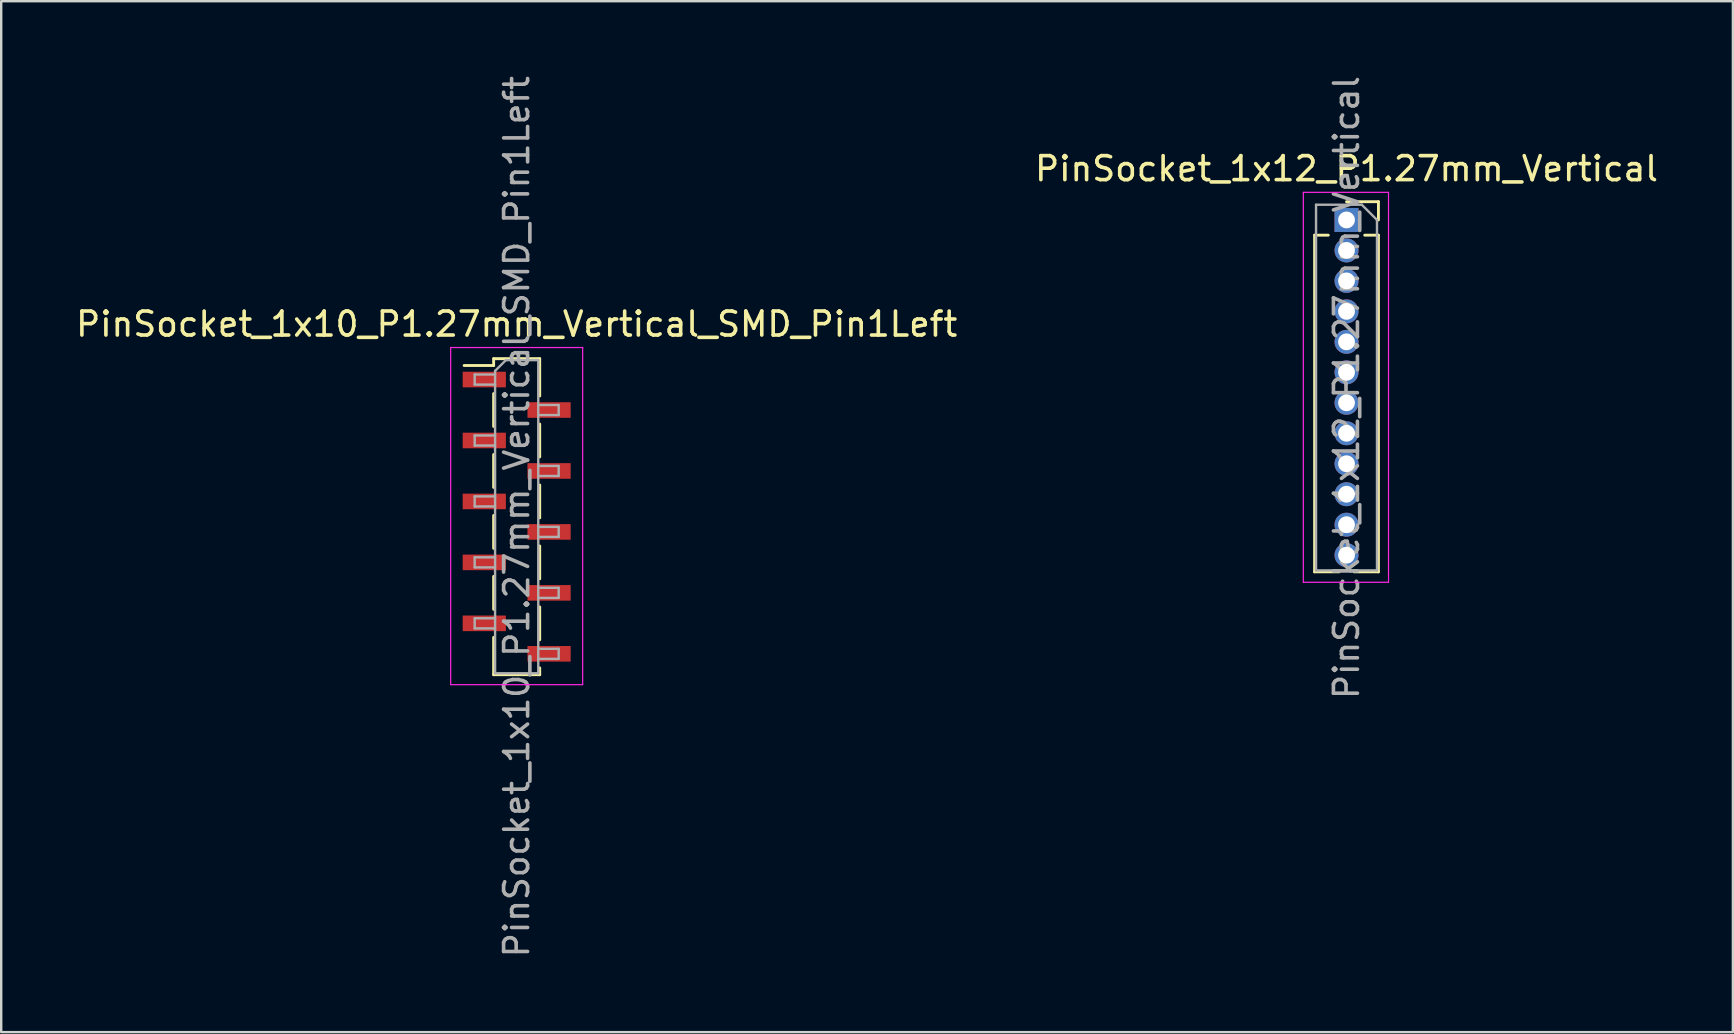
<source format=kicad_pcb>
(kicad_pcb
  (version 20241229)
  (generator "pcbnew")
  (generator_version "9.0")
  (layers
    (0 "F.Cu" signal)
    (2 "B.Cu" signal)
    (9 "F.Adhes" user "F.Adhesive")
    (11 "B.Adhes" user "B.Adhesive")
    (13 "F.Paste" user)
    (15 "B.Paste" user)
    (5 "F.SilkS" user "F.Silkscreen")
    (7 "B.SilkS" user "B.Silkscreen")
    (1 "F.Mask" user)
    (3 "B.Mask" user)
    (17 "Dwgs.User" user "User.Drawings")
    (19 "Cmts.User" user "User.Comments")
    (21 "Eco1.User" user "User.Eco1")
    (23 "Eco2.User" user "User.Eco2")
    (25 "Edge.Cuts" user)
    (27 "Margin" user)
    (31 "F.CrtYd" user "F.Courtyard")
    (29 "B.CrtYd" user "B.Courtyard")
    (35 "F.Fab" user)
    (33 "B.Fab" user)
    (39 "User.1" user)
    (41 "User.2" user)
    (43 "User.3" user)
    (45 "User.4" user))
  (footprint "PinSocket_1x10_P1.27mm_Vertical_SMD_Pin1Left"
    (layer "F.Cu")
    (at 18.482 18.482)
    (property "Reference" "PinSocket_1x10_P1.27mm_Vertical_SMD_Pin1Left" (at 0 -8.025 0) (layer "F.SilkS") (effects (font (size 1 1) (thickness 0.15))))
    (attr smd)
    (fp_line (start -2.19 -6.3) (end -0.96 -6.3) (stroke (width 0.12) (type solid)) (layer "F.SilkS"))
    (fp_line (start -0.96 -6.585) (end -0.96 -6.3) (stroke (width 0.12) (type solid)) (layer "F.SilkS"))
    (fp_line (start -0.96 -6.585) (end 0.96 -6.585) (stroke (width 0.12) (type solid)) (layer "F.SilkS"))
    (fp_line (start -0.96 -5.13) (end -0.96 -3.76) (stroke (width 0.12) (type solid)) (layer "F.SilkS"))
    (fp_line (start -0.96 -2.59) (end -0.96 -1.22) (stroke (width 0.12) (type solid)) (layer "F.SilkS"))
    (fp_line (start -0.96 -0.05) (end -0.96 1.32) (stroke (width 0.12) (type solid)) (layer "F.SilkS"))
    (fp_line (start -0.96 2.49) (end -0.96 3.86) (stroke (width 0.12) (type solid)) (layer "F.SilkS"))
    (fp_line (start -0.96 5.03) (end -0.96 6.585) (stroke (width 0.12) (type solid)) (layer "F.SilkS"))
    (fp_line (start -0.96 6.585) (end 0.96 6.585) (stroke (width 0.12) (type solid)) (layer "F.SilkS"))
    (fp_line (start 0.96 -6.585) (end 0.96 -5.03) (stroke (width 0.12) (type solid)) (layer "F.SilkS"))
    (fp_line (start 0.96 -3.86) (end 0.96 -2.49) (stroke (width 0.12) (type solid)) (layer "F.SilkS"))
    (fp_line (start 0.96 -1.32) (end 0.96 0.05) (stroke (width 0.12) (type solid)) (layer "F.SilkS"))
    (fp_line (start 0.96 1.22) (end 0.96 2.59) (stroke (width 0.12) (type solid)) (layer "F.SilkS"))
    (fp_line (start 0.96 3.76) (end 0.96 5.13) (stroke (width 0.12) (type solid)) (layer "F.SilkS"))
    (fp_line (start 0.96 6.3) (end 0.96 6.585) (stroke (width 0.12) (type solid)) (layer "F.SilkS"))
    (fp_line (start -2.75 -7.05) (end 2.75 -7.05) (stroke (width 0.05) (type solid)) (layer "F.CrtYd"))
    (fp_line (start -2.75 7) (end -2.75 -7.05) (stroke (width 0.05) (type solid)) (layer "F.CrtYd"))
    (fp_line (start 2.75 -7.05) (end 2.75 7) (stroke (width 0.05) (type solid)) (layer "F.CrtYd"))
    (fp_line (start 2.75 7) (end -2.75 7) (stroke (width 0.05) (type solid)) (layer "F.CrtYd"))
    (fp_line (start -1.75 -5.925) (end -0.9 -5.925) (stroke (width 0.1) (type solid)) (layer "F.Fab"))
    (fp_line (start -1.75 -5.505) (end -1.75 -5.925) (stroke (width 0.1) (type solid)) (layer "F.Fab"))
    (fp_line (start -1.75 -3.385) (end -0.9 -3.385) (stroke (width 0.1) (type solid)) (layer "F.Fab"))
    (fp_line (start -1.75 -2.965) (end -1.75 -3.385) (stroke (width 0.1) (type solid)) (layer "F.Fab"))
    (fp_line (start -1.75 -0.845) (end -0.9 -0.845) (stroke (width 0.1) (type solid)) (layer "F.Fab"))
    (fp_line (start -1.75 -0.425) (end -1.75 -0.845) (stroke (width 0.1) (type solid)) (layer "F.Fab"))
    (fp_line (start -1.75 1.695) (end -0.9 1.695) (stroke (width 0.1) (type solid)) (layer "F.Fab"))
    (fp_line (start -1.75 2.115) (end -1.75 1.695) (stroke (width 0.1) (type solid)) (layer "F.Fab"))
    (fp_line (start -1.75 4.235) (end -0.9 4.235) (stroke (width 0.1) (type solid)) (layer "F.Fab"))
    (fp_line (start -1.75 4.655) (end -1.75 4.235) (stroke (width 0.1) (type solid)) (layer "F.Fab"))
    (fp_line (start -0.9 -6.075) (end -0.45 -6.525) (stroke (width 0.1) (type solid)) (layer "F.Fab"))
    (fp_line (start -0.9 -5.505) (end -1.75 -5.505) (stroke (width 0.1) (type solid)) (layer "F.Fab"))
    (fp_line (start -0.9 -2.965) (end -1.75 -2.965) (stroke (width 0.1) (type solid)) (layer "F.Fab"))
    (fp_line (start -0.9 -0.425) (end -1.75 -0.425) (stroke (width 0.1) (type solid)) (layer "F.Fab"))
    (fp_line (start -0.9 2.115) (end -1.75 2.115) (stroke (width 0.1) (type solid)) (layer "F.Fab"))
    (fp_line (start -0.9 4.655) (end -1.75 4.655) (stroke (width 0.1) (type solid)) (layer "F.Fab"))
    (fp_line (start -0.9 6.525) (end -0.9 -6.075) (stroke (width 0.1) (type solid)) (layer "F.Fab"))
    (fp_line (start -0.45 -6.525) (end 0.9 -6.525) (stroke (width 0.1) (type solid)) (layer "F.Fab"))
    (fp_line (start 0.9 -6.525) (end 0.9 6.525) (stroke (width 0.1) (type solid)) (layer "F.Fab"))
    (fp_line (start 0.9 -4.655) (end 1.75 -4.655) (stroke (width 0.1) (type solid)) (layer "F.Fab"))
    (fp_line (start 0.9 -2.115) (end 1.75 -2.115) (stroke (width 0.1) (type solid)) (layer "F.Fab"))
    (fp_line (start 0.9 0.425) (end 1.75 0.425) (stroke (width 0.1) (type solid)) (layer "F.Fab"))
    (fp_line (start 0.9 2.965) (end 1.75 2.965) (stroke (width 0.1) (type solid)) (layer "F.Fab"))
    (fp_line (start 0.9 5.505) (end 1.75 5.505) (stroke (width 0.1) (type solid)) (layer "F.Fab"))
    (fp_line (start 0.9 6.525) (end -0.9 6.525) (stroke (width 0.1) (type solid)) (layer "F.Fab"))
    (fp_line (start 1.75 -4.655) (end 1.75 -4.235) (stroke (width 0.1) (type solid)) (layer "F.Fab"))
    (fp_line (start 1.75 -4.235) (end 0.9 -4.235) (stroke (width 0.1) (type solid)) (layer "F.Fab"))
    (fp_line (start 1.75 -2.115) (end 1.75 -1.695) (stroke (width 0.1) (type solid)) (layer "F.Fab"))
    (fp_line (start 1.75 -1.695) (end 0.9 -1.695) (stroke (width 0.1) (type solid)) (layer "F.Fab"))
    (fp_line (start 1.75 0.425) (end 1.75 0.845) (stroke (width 0.1) (type solid)) (layer "F.Fab"))
    (fp_line (start 1.75 0.845) (end 0.9 0.845) (stroke (width 0.1) (type solid)) (layer "F.Fab"))
    (fp_line (start 1.75 2.965) (end 1.75 3.385) (stroke (width 0.1) (type solid)) (layer "F.Fab"))
    (fp_line (start 1.75 3.385) (end 0.9 3.385) (stroke (width 0.1) (type solid)) (layer "F.Fab"))
    (fp_line (start 1.75 5.505) (end 1.75 5.925) (stroke (width 0.1) (type solid)) (layer "F.Fab"))
    (fp_line (start 1.75 5.925) (end 0.9 5.925) (stroke (width 0.1) (type solid)) (layer "F.Fab"))
    (fp_text user "${REFERENCE}" (at 0 0 90) (layer "F.Fab") (effects (font (size 1 1) (thickness 0.15))))
    (pad "1" smd rect (at -1.35 -5.715) (size 1.8 0.65) (layers "F.Cu" "F.Mask" "F.Paste"))
    (pad "2" smd rect (at 1.35 -4.445) (size 1.8 0.65) (layers "F.Cu" "F.Mask" "F.Paste"))
    (pad "3" smd rect (at -1.35 -3.175) (size 1.8 0.65) (layers "F.Cu" "F.Mask" "F.Paste"))
    (pad "4" smd rect (at 1.35 -1.905) (size 1.8 0.65) (layers "F.Cu" "F.Mask" "F.Paste"))
    (pad "5" smd rect (at -1.35 -0.635) (size 1.8 0.65) (layers "F.Cu" "F.Mask" "F.Paste"))
    (pad "6" smd rect (at 1.35 0.635) (size 1.8 0.65) (layers "F.Cu" "F.Mask" "F.Paste"))
    (pad "7" smd rect (at -1.35 1.905) (size 1.8 0.65) (layers "F.Cu" "F.Mask" "F.Paste"))
    (pad "8" smd rect (at 1.35 3.175) (size 1.8 0.65) (layers "F.Cu" "F.Mask" "F.Paste"))
    (pad "9" smd rect (at -1.35 4.445) (size 1.8 0.65) (layers "F.Cu" "F.Mask" "F.Paste"))
    (pad "10" smd rect (at 1.35 5.715) (size 1.8 0.65) (layers "F.Cu" "F.Mask" "F.Paste")))
  (footprint "PinSocket_1x12_P1.27mm_Vertical"
    (layer "F.Cu")
    (at 53.065 6.116)
    (property "Reference" "PinSocket_1x12_P1.27mm_Vertical" (at 0 -2.135 0) (layer "F.SilkS") (effects (font (size 1 1) (thickness 0.15))))
    (attr through_hole)
    (fp_line (start -1.33 0.635) (end -1.33 14.665) (stroke (width 0.12) (type solid)) (layer "F.SilkS"))
    (fp_line (start -1.33 0.635) (end -0.76 0.635) (stroke (width 0.12) (type solid)) (layer "F.SilkS"))
    (fp_line (start -1.33 14.665) (end -0.308 14.665) (stroke (width 0.12) (type solid)) (layer "F.SilkS"))
    (fp_line (start 0 -0.76) (end 1.33 -0.76) (stroke (width 0.12) (type solid)) (layer "F.SilkS"))
    (fp_line (start 0.308 14.665) (end 1.33 14.665) (stroke (width 0.12) (type solid)) (layer "F.SilkS"))
    (fp_line (start 0.76 0.635) (end 1.33 0.635) (stroke (width 0.12) (type solid)) (layer "F.SilkS"))
    (fp_line (start 1.33 -0.76) (end 1.33 0) (stroke (width 0.12) (type solid)) (layer "F.SilkS"))
    (fp_line (start 1.33 0.635) (end 1.33 14.665) (stroke (width 0.12) (type solid)) (layer "F.SilkS"))
    (fp_line (start -1.8 -1.15) (end 1.75 -1.15) (stroke (width 0.05) (type solid)) (layer "F.CrtYd"))
    (fp_line (start -1.8 15.1) (end -1.8 -1.15) (stroke (width 0.05) (type solid)) (layer "F.CrtYd"))
    (fp_line (start 1.75 -1.15) (end 1.75 15.1) (stroke (width 0.05) (type solid)) (layer "F.CrtYd"))
    (fp_line (start 1.75 15.1) (end -1.8 15.1) (stroke (width 0.05) (type solid)) (layer "F.CrtYd"))
    (fp_line (start -1.27 -0.635) (end 0.635 -0.635) (stroke (width 0.1) (type solid)) (layer "F.Fab"))
    (fp_line (start -1.27 14.605) (end -1.27 -0.635) (stroke (width 0.1) (type solid)) (layer "F.Fab"))
    (fp_line (start 0.635 -0.635) (end 1.27 0) (stroke (width 0.1) (type solid)) (layer "F.Fab"))
    (fp_line (start 1.27 0) (end 1.27 14.605) (stroke (width 0.1) (type solid)) (layer "F.Fab"))
    (fp_line (start 1.27 14.605) (end -1.27 14.605) (stroke (width 0.1) (type solid)) (layer "F.Fab"))
    (fp_text user "${REFERENCE}" (at 0 6.985 90) (layer "F.Fab") (effects (font (size 1 1) (thickness 0.15))))
    (pad "1" thru_hole rect (at 0 0) (size 1 1) (drill 0.7) (layers "*.Cu" "*.Mask"))
    (pad "2" thru_hole oval (at 0 1.27) (size 1 1) (drill 0.7) (layers "*.Cu" "*.Mask"))
    (pad "3" thru_hole oval (at 0 2.54) (size 1 1) (drill 0.7) (layers "*.Cu" "*.Mask"))
    (pad "4" thru_hole oval (at 0 3.81) (size 1 1) (drill 0.7) (layers "*.Cu" "*.Mask"))
    (pad "5" thru_hole oval (at 0 5.08) (size 1 1) (drill 0.7) (layers "*.Cu" "*.Mask"))
    (pad "6" thru_hole oval (at 0 6.35) (size 1 1) (drill 0.7) (layers "*.Cu" "*.Mask"))
    (pad "7" thru_hole oval (at 0 7.62) (size 1 1) (drill 0.7) (layers "*.Cu" "*.Mask"))
    (pad "8" thru_hole oval (at 0 8.89) (size 1 1) (drill 0.7) (layers "*.Cu" "*.Mask"))
    (pad "9" thru_hole oval (at 0 10.16) (size 1 1) (drill 0.7) (layers "*.Cu" "*.Mask"))
    (pad "10" thru_hole oval (at 0 11.43) (size 1 1) (drill 0.7) (layers "*.Cu" "*.Mask"))
    (pad "11" thru_hole oval (at 0 12.7) (size 1 1) (drill 0.7) (layers "*.Cu" "*.Mask"))
    (pad "12" thru_hole oval (at 0 13.97) (size 1 1) (drill 0.7) (layers "*.Cu" "*.Mask")))
  (gr_rect
    (start -3 -3)
    (end 69.167 39.964)
    (stroke (width 0.1) (type default))
    (fill no)
    (layer "Edge.Cuts")))
</source>
